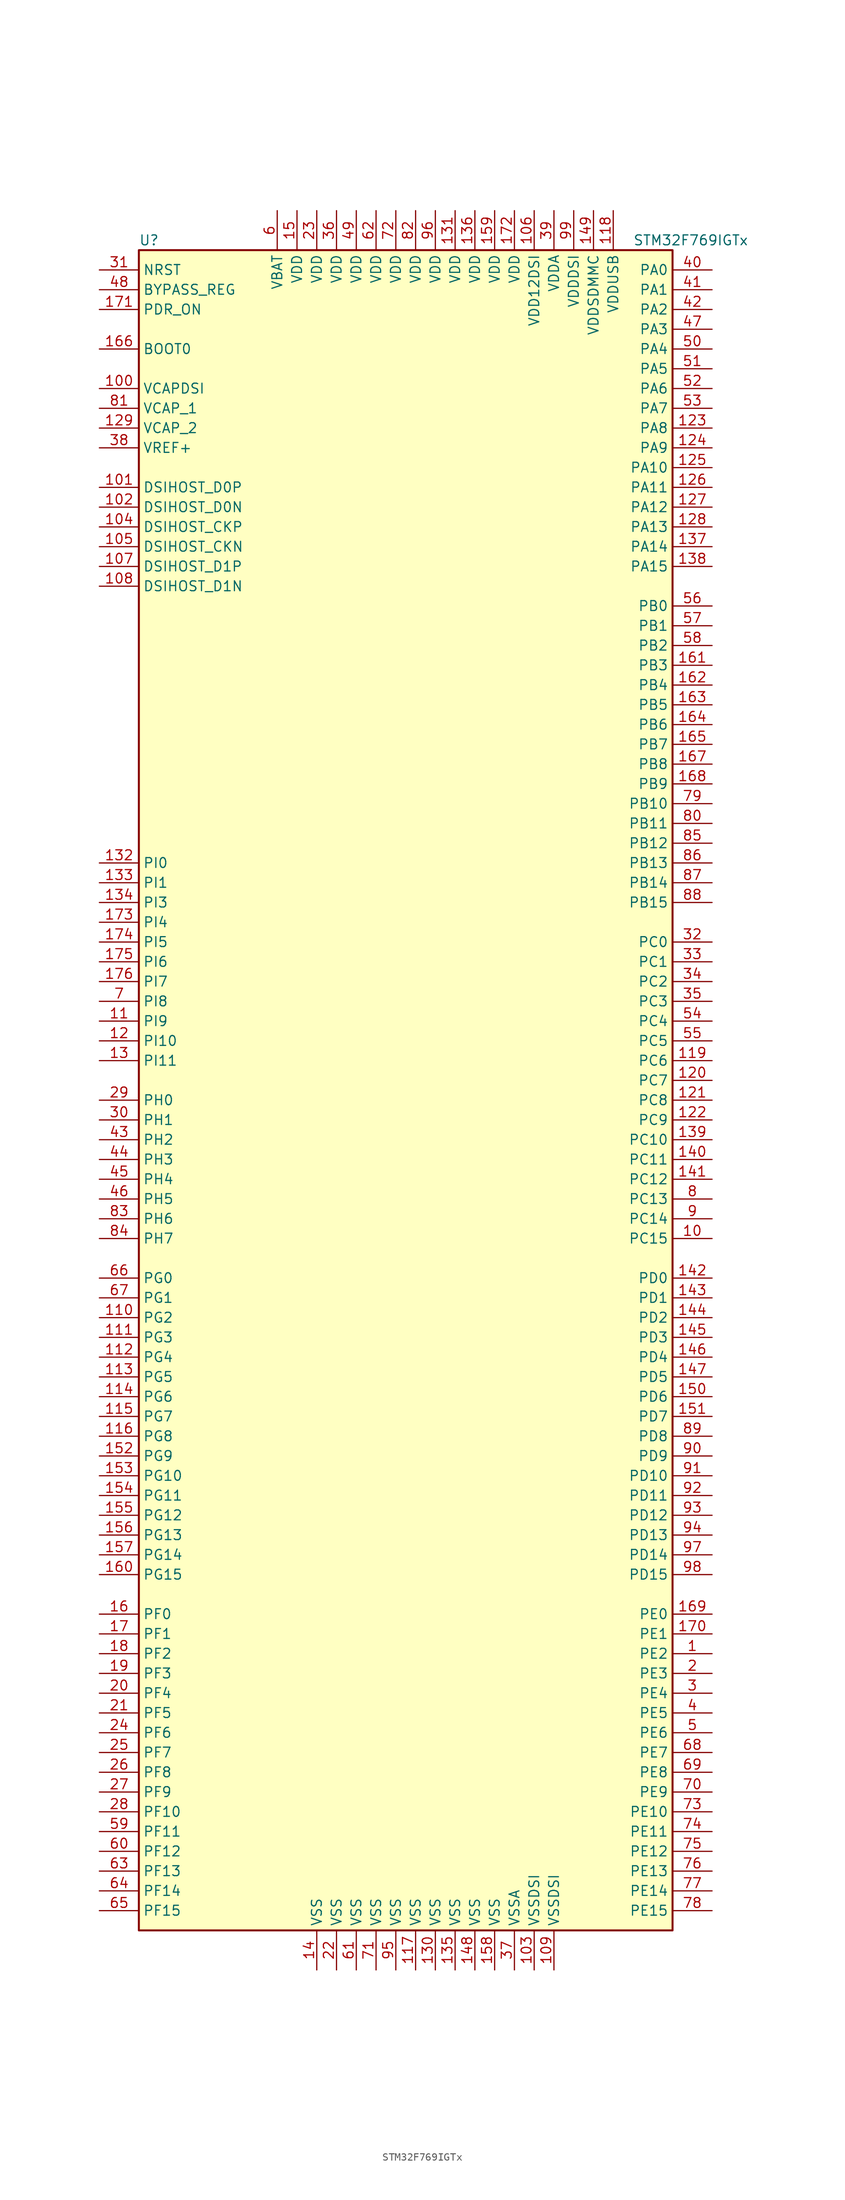
<source format=kicad_sym>
(kicad_symbol_lib
  (version 20201005)
  (generator kicad_symbol_editor)
  (symbol "STM32F769IGTx"
    (property "Reference" "U"
      (at -35.56 107.95 0)
      (effects (font (size 1.27 1.27)) (justify left)))
    (property "Value" "STM32F769IGTx"
      (at 27.94 107.95 0)
      (effects (font (size 1.27 1.27)) (justify left)))
    (symbol "STM32F769IGTx_0_1"
      (rectangle (start -35.56 -109.22) (end 33.02 106.68) (stroke (width 0.254)) (fill (type background))))
    (symbol "STM32F769IGTx_1_1"
      (pin bidirectional line (at 38.1 -73.66 180) (length 5.08) (name "PE2" (effects (font (size 1.27 1.27)))) (number "1" (effects (font (size 1.27 1.27)))))
      (pin bidirectional line (at 38.1 -20.32 180) (length 5.08) (name "PC15" (effects (font (size 1.27 1.27)))) (number "10" (effects (font (size 1.27 1.27)))))
      (pin power_in line (at -40.64 88.9 0) (length 5.08) (name "VCAPDSI" (effects (font (size 1.27 1.27)))) (number "100" (effects (font (size 1.27 1.27)))))
      (pin bidirectional line (at -40.64 76.2 0) (length 5.08) (name "DSIHOST_D0P" (effects (font (size 1.27 1.27)))) (number "101" (effects (font (size 1.27 1.27)))))
      (pin bidirectional line (at -40.64 73.66 0) (length 5.08) (name "DSIHOST_D0N" (effects (font (size 1.27 1.27)))) (number "102" (effects (font (size 1.27 1.27)))))
      (pin power_in line (at 15.24 -114.3 90) (length 5.08) (name "VSSDSI" (effects (font (size 1.27 1.27)))) (number "103" (effects (font (size 1.27 1.27)))))
      (pin bidirectional line (at -40.64 71.12 0) (length 5.08) (name "DSIHOST_CKP" (effects (font (size 1.27 1.27)))) (number "104" (effects (font (size 1.27 1.27)))))
      (pin bidirectional line (at -40.64 68.58 0) (length 5.08) (name "DSIHOST_CKN" (effects (font (size 1.27 1.27)))) (number "105" (effects (font (size 1.27 1.27)))))
      (pin power_in line (at 15.24 111.76 270) (length 5.08) (name "VDD12DSI" (effects (font (size 1.27 1.27)))) (number "106" (effects (font (size 1.27 1.27)))))
      (pin bidirectional line (at -40.64 66.04 0) (length 5.08) (name "DSIHOST_D1P" (effects (font (size 1.27 1.27)))) (number "107" (effects (font (size 1.27 1.27)))))
      (pin bidirectional line (at -40.64 63.5 0) (length 5.08) (name "DSIHOST_D1N" (effects (font (size 1.27 1.27)))) (number "108" (effects (font (size 1.27 1.27)))))
      (pin power_in line (at 17.78 -114.3 90) (length 5.08) (name "VSSDSI" (effects (font (size 1.27 1.27)))) (number "109" (effects (font (size 1.27 1.27)))))
      (pin bidirectional line (at -40.64 7.62 0) (length 5.08) (name "PI9" (effects (font (size 1.27 1.27)))) (number "11" (effects (font (size 1.27 1.27)))))
      (pin bidirectional line (at -40.64 -30.48 0) (length 5.08) (name "PG2" (effects (font (size 1.27 1.27)))) (number "110" (effects (font (size 1.27 1.27)))))
      (pin bidirectional line (at -40.64 -33.02 0) (length 5.08) (name "PG3" (effects (font (size 1.27 1.27)))) (number "111" (effects (font (size 1.27 1.27)))))
      (pin bidirectional line (at -40.64 -35.56 0) (length 5.08) (name "PG4" (effects (font (size 1.27 1.27)))) (number "112" (effects (font (size 1.27 1.27)))))
      (pin bidirectional line (at -40.64 -38.1 0) (length 5.08) (name "PG5" (effects (font (size 1.27 1.27)))) (number "113" (effects (font (size 1.27 1.27)))))
      (pin bidirectional line (at -40.64 -40.64 0) (length 5.08) (name "PG6" (effects (font (size 1.27 1.27)))) (number "114" (effects (font (size 1.27 1.27)))))
      (pin bidirectional line (at -40.64 -43.18 0) (length 5.08) (name "PG7" (effects (font (size 1.27 1.27)))) (number "115" (effects (font (size 1.27 1.27)))))
      (pin bidirectional line (at -40.64 -45.72 0) (length 5.08) (name "PG8" (effects (font (size 1.27 1.27)))) (number "116" (effects (font (size 1.27 1.27)))))
      (pin power_in line (at 0 -114.3 90) (length 5.08) (name "VSS" (effects (font (size 1.27 1.27)))) (number "117" (effects (font (size 1.27 1.27)))))
      (pin power_in line (at 25.4 111.76 270) (length 5.08) (name "VDDUSB" (effects (font (size 1.27 1.27)))) (number "118" (effects (font (size 1.27 1.27)))))
      (pin bidirectional line (at 38.1 2.54 180) (length 5.08) (name "PC6" (effects (font (size 1.27 1.27)))) (number "119" (effects (font (size 1.27 1.27)))))
      (pin bidirectional line (at -40.64 5.08 0) (length 5.08) (name "PI10" (effects (font (size 1.27 1.27)))) (number "12" (effects (font (size 1.27 1.27)))))
      (pin bidirectional line (at 38.1 0 180) (length 5.08) (name "PC7" (effects (font (size 1.27 1.27)))) (number "120" (effects (font (size 1.27 1.27)))))
      (pin bidirectional line (at 38.1 -2.54 180) (length 5.08) (name "PC8" (effects (font (size 1.27 1.27)))) (number "121" (effects (font (size 1.27 1.27)))))
      (pin bidirectional line (at 38.1 -5.08 180) (length 5.08) (name "PC9" (effects (font (size 1.27 1.27)))) (number "122" (effects (font (size 1.27 1.27)))))
      (pin bidirectional line (at 38.1 83.82 180) (length 5.08) (name "PA8" (effects (font (size 1.27 1.27)))) (number "123" (effects (font (size 1.27 1.27)))))
      (pin bidirectional line (at 38.1 81.28 180) (length 5.08) (name "PA9" (effects (font (size 1.27 1.27)))) (number "124" (effects (font (size 1.27 1.27)))))
      (pin bidirectional line (at 38.1 78.74 180) (length 5.08) (name "PA10" (effects (font (size 1.27 1.27)))) (number "125" (effects (font (size 1.27 1.27)))))
      (pin bidirectional line (at 38.1 76.2 180) (length 5.08) (name "PA11" (effects (font (size 1.27 1.27)))) (number "126" (effects (font (size 1.27 1.27)))))
      (pin bidirectional line (at 38.1 73.66 180) (length 5.08) (name "PA12" (effects (font (size 1.27 1.27)))) (number "127" (effects (font (size 1.27 1.27)))))
      (pin bidirectional line (at 38.1 71.12 180) (length 5.08) (name "PA13" (effects (font (size 1.27 1.27)))) (number "128" (effects (font (size 1.27 1.27)))))
      (pin power_in line (at -40.64 83.82 0) (length 5.08) (name "VCAP_2" (effects (font (size 1.27 1.27)))) (number "129" (effects (font (size 1.27 1.27)))))
      (pin bidirectional line (at -40.64 2.54 0) (length 5.08) (name "PI11" (effects (font (size 1.27 1.27)))) (number "13" (effects (font (size 1.27 1.27)))))
      (pin power_in line (at 2.54 -114.3 90) (length 5.08) (name "VSS" (effects (font (size 1.27 1.27)))) (number "130" (effects (font (size 1.27 1.27)))))
      (pin power_in line (at 5.08 111.76 270) (length 5.08) (name "VDD" (effects (font (size 1.27 1.27)))) (number "131" (effects (font (size 1.27 1.27)))))
      (pin bidirectional line (at -40.64 27.94 0) (length 5.08) (name "PI0" (effects (font (size 1.27 1.27)))) (number "132" (effects (font (size 1.27 1.27)))))
      (pin bidirectional line (at -40.64 25.4 0) (length 5.08) (name "PI1" (effects (font (size 1.27 1.27)))) (number "133" (effects (font (size 1.27 1.27)))))
      (pin bidirectional line (at -40.64 22.86 0) (length 5.08) (name "PI3" (effects (font (size 1.27 1.27)))) (number "134" (effects (font (size 1.27 1.27)))))
      (pin power_in line (at 5.08 -114.3 90) (length 5.08) (name "VSS" (effects (font (size 1.27 1.27)))) (number "135" (effects (font (size 1.27 1.27)))))
      (pin power_in line (at 7.62 111.76 270) (length 5.08) (name "VDD" (effects (font (size 1.27 1.27)))) (number "136" (effects (font (size 1.27 1.27)))))
      (pin bidirectional line (at 38.1 68.58 180) (length 5.08) (name "PA14" (effects (font (size 1.27 1.27)))) (number "137" (effects (font (size 1.27 1.27)))))
      (pin bidirectional line (at 38.1 66.04 180) (length 5.08) (name "PA15" (effects (font (size 1.27 1.27)))) (number "138" (effects (font (size 1.27 1.27)))))
      (pin bidirectional line (at 38.1 -7.62 180) (length 5.08) (name "PC10" (effects (font (size 1.27 1.27)))) (number "139" (effects (font (size 1.27 1.27)))))
      (pin power_in line (at -12.7 -114.3 90) (length 5.08) (name "VSS" (effects (font (size 1.27 1.27)))) (number "14" (effects (font (size 1.27 1.27)))))
      (pin bidirectional line (at 38.1 -10.16 180) (length 5.08) (name "PC11" (effects (font (size 1.27 1.27)))) (number "140" (effects (font (size 1.27 1.27)))))
      (pin bidirectional line (at 38.1 -12.7 180) (length 5.08) (name "PC12" (effects (font (size 1.27 1.27)))) (number "141" (effects (font (size 1.27 1.27)))))
      (pin bidirectional line (at 38.1 -25.4 180) (length 5.08) (name "PD0" (effects (font (size 1.27 1.27)))) (number "142" (effects (font (size 1.27 1.27)))))
      (pin bidirectional line (at 38.1 -27.94 180) (length 5.08) (name "PD1" (effects (font (size 1.27 1.27)))) (number "143" (effects (font (size 1.27 1.27)))))
      (pin bidirectional line (at 38.1 -30.48 180) (length 5.08) (name "PD2" (effects (font (size 1.27 1.27)))) (number "144" (effects (font (size 1.27 1.27)))))
      (pin bidirectional line (at 38.1 -33.02 180) (length 5.08) (name "PD3" (effects (font (size 1.27 1.27)))) (number "145" (effects (font (size 1.27 1.27)))))
      (pin bidirectional line (at 38.1 -35.56 180) (length 5.08) (name "PD4" (effects (font (size 1.27 1.27)))) (number "146" (effects (font (size 1.27 1.27)))))
      (pin bidirectional line (at 38.1 -38.1 180) (length 5.08) (name "PD5" (effects (font (size 1.27 1.27)))) (number "147" (effects (font (size 1.27 1.27)))))
      (pin power_in line (at 7.62 -114.3 90) (length 5.08) (name "VSS" (effects (font (size 1.27 1.27)))) (number "148" (effects (font (size 1.27 1.27)))))
      (pin power_in line (at 22.86 111.76 270) (length 5.08) (name "VDDSDMMC" (effects (font (size 1.27 1.27)))) (number "149" (effects (font (size 1.27 1.27)))))
      (pin power_in line (at -15.24 111.76 270) (length 5.08) (name "VDD" (effects (font (size 1.27 1.27)))) (number "15" (effects (font (size 1.27 1.27)))))
      (pin bidirectional line (at 38.1 -40.64 180) (length 5.08) (name "PD6" (effects (font (size 1.27 1.27)))) (number "150" (effects (font (size 1.27 1.27)))))
      (pin bidirectional line (at 38.1 -43.18 180) (length 5.08) (name "PD7" (effects (font (size 1.27 1.27)))) (number "151" (effects (font (size 1.27 1.27)))))
      (pin bidirectional line (at -40.64 -48.26 0) (length 5.08) (name "PG9" (effects (font (size 1.27 1.27)))) (number "152" (effects (font (size 1.27 1.27)))))
      (pin bidirectional line (at -40.64 -50.8 0) (length 5.08) (name "PG10" (effects (font (size 1.27 1.27)))) (number "153" (effects (font (size 1.27 1.27)))))
      (pin bidirectional line (at -40.64 -53.34 0) (length 5.08) (name "PG11" (effects (font (size 1.27 1.27)))) (number "154" (effects (font (size 1.27 1.27)))))
      (pin bidirectional line (at -40.64 -55.88 0) (length 5.08) (name "PG12" (effects (font (size 1.27 1.27)))) (number "155" (effects (font (size 1.27 1.27)))))
      (pin bidirectional line (at -40.64 -58.42 0) (length 5.08) (name "PG13" (effects (font (size 1.27 1.27)))) (number "156" (effects (font (size 1.27 1.27)))))
      (pin bidirectional line (at -40.64 -60.96 0) (length 5.08) (name "PG14" (effects (font (size 1.27 1.27)))) (number "157" (effects (font (size 1.27 1.27)))))
      (pin power_in line (at 10.16 -114.3 90) (length 5.08) (name "VSS" (effects (font (size 1.27 1.27)))) (number "158" (effects (font (size 1.27 1.27)))))
      (pin power_in line (at 10.16 111.76 270) (length 5.08) (name "VDD" (effects (font (size 1.27 1.27)))) (number "159" (effects (font (size 1.27 1.27)))))
      (pin bidirectional line (at -40.64 -68.58 0) (length 5.08) (name "PF0" (effects (font (size 1.27 1.27)))) (number "16" (effects (font (size 1.27 1.27)))))
      (pin bidirectional line (at -40.64 -63.5 0) (length 5.08) (name "PG15" (effects (font (size 1.27 1.27)))) (number "160" (effects (font (size 1.27 1.27)))))
      (pin bidirectional line (at 38.1 53.34 180) (length 5.08) (name "PB3" (effects (font (size 1.27 1.27)))) (number "161" (effects (font (size 1.27 1.27)))))
      (pin bidirectional line (at 38.1 50.8 180) (length 5.08) (name "PB4" (effects (font (size 1.27 1.27)))) (number "162" (effects (font (size 1.27 1.27)))))
      (pin bidirectional line (at 38.1 48.26 180) (length 5.08) (name "PB5" (effects (font (size 1.27 1.27)))) (number "163" (effects (font (size 1.27 1.27)))))
      (pin bidirectional line (at 38.1 45.72 180) (length 5.08) (name "PB6" (effects (font (size 1.27 1.27)))) (number "164" (effects (font (size 1.27 1.27)))))
      (pin bidirectional line (at 38.1 43.18 180) (length 5.08) (name "PB7" (effects (font (size 1.27 1.27)))) (number "165" (effects (font (size 1.27 1.27)))))
      (pin input line (at -40.64 93.98 0) (length 5.08) (name "BOOT0" (effects (font (size 1.27 1.27)))) (number "166" (effects (font (size 1.27 1.27)))))
      (pin bidirectional line (at 38.1 40.64 180) (length 5.08) (name "PB8" (effects (font (size 1.27 1.27)))) (number "167" (effects (font (size 1.27 1.27)))))
      (pin bidirectional line (at 38.1 38.1 180) (length 5.08) (name "PB9" (effects (font (size 1.27 1.27)))) (number "168" (effects (font (size 1.27 1.27)))))
      (pin bidirectional line (at 38.1 -68.58 180) (length 5.08) (name "PE0" (effects (font (size 1.27 1.27)))) (number "169" (effects (font (size 1.27 1.27)))))
      (pin bidirectional line (at -40.64 -71.12 0) (length 5.08) (name "PF1" (effects (font (size 1.27 1.27)))) (number "17" (effects (font (size 1.27 1.27)))))
      (pin bidirectional line (at 38.1 -71.12 180) (length 5.08) (name "PE1" (effects (font (size 1.27 1.27)))) (number "170" (effects (font (size 1.27 1.27)))))
      (pin input line (at -40.64 99.06 0) (length 5.08) (name "PDR_ON" (effects (font (size 1.27 1.27)))) (number "171" (effects (font (size 1.27 1.27)))))
      (pin power_in line (at 12.7 111.76 270) (length 5.08) (name "VDD" (effects (font (size 1.27 1.27)))) (number "172" (effects (font (size 1.27 1.27)))))
      (pin bidirectional line (at -40.64 20.32 0) (length 5.08) (name "PI4" (effects (font (size 1.27 1.27)))) (number "173" (effects (font (size 1.27 1.27)))))
      (pin bidirectional line (at -40.64 17.78 0) (length 5.08) (name "PI5" (effects (font (size 1.27 1.27)))) (number "174" (effects (font (size 1.27 1.27)))))
      (pin bidirectional line (at -40.64 15.24 0) (length 5.08) (name "PI6" (effects (font (size 1.27 1.27)))) (number "175" (effects (font (size 1.27 1.27)))))
      (pin bidirectional line (at -40.64 12.7 0) (length 5.08) (name "PI7" (effects (font (size 1.27 1.27)))) (number "176" (effects (font (size 1.27 1.27)))))
      (pin bidirectional line (at -40.64 -73.66 0) (length 5.08) (name "PF2" (effects (font (size 1.27 1.27)))) (number "18" (effects (font (size 1.27 1.27)))))
      (pin bidirectional line (at -40.64 -76.2 0) (length 5.08) (name "PF3" (effects (font (size 1.27 1.27)))) (number "19" (effects (font (size 1.27 1.27)))))
      (pin bidirectional line (at 38.1 -76.2 180) (length 5.08) (name "PE3" (effects (font (size 1.27 1.27)))) (number "2" (effects (font (size 1.27 1.27)))))
      (pin bidirectional line (at -40.64 -78.74 0) (length 5.08) (name "PF4" (effects (font (size 1.27 1.27)))) (number "20" (effects (font (size 1.27 1.27)))))
      (pin bidirectional line (at -40.64 -81.28 0) (length 5.08) (name "PF5" (effects (font (size 1.27 1.27)))) (number "21" (effects (font (size 1.27 1.27)))))
      (pin power_in line (at -10.16 -114.3 90) (length 5.08) (name "VSS" (effects (font (size 1.27 1.27)))) (number "22" (effects (font (size 1.27 1.27)))))
      (pin power_in line (at -12.7 111.76 270) (length 5.08) (name "VDD" (effects (font (size 1.27 1.27)))) (number "23" (effects (font (size 1.27 1.27)))))
      (pin bidirectional line (at -40.64 -83.82 0) (length 5.08) (name "PF6" (effects (font (size 1.27 1.27)))) (number "24" (effects (font (size 1.27 1.27)))))
      (pin bidirectional line (at -40.64 -86.36 0) (length 5.08) (name "PF7" (effects (font (size 1.27 1.27)))) (number "25" (effects (font (size 1.27 1.27)))))
      (pin bidirectional line (at -40.64 -88.9 0) (length 5.08) (name "PF8" (effects (font (size 1.27 1.27)))) (number "26" (effects (font (size 1.27 1.27)))))
      (pin bidirectional line (at -40.64 -91.44 0) (length 5.08) (name "PF9" (effects (font (size 1.27 1.27)))) (number "27" (effects (font (size 1.27 1.27)))))
      (pin bidirectional line (at -40.64 -93.98 0) (length 5.08) (name "PF10" (effects (font (size 1.27 1.27)))) (number "28" (effects (font (size 1.27 1.27)))))
      (pin input line (at -40.64 -2.54 0) (length 5.08) (name "PH0" (effects (font (size 1.27 1.27)))) (number "29" (effects (font (size 1.27 1.27)))))
      (pin bidirectional line (at 38.1 -78.74 180) (length 5.08) (name "PE4" (effects (font (size 1.27 1.27)))) (number "3" (effects (font (size 1.27 1.27)))))
      (pin input line (at -40.64 -5.08 0) (length 5.08) (name "PH1" (effects (font (size 1.27 1.27)))) (number "30" (effects (font (size 1.27 1.27)))))
      (pin input line (at -40.64 104.14 0) (length 5.08) (name "NRST" (effects (font (size 1.27 1.27)))) (number "31" (effects (font (size 1.27 1.27)))))
      (pin bidirectional line (at 38.1 17.78 180) (length 5.08) (name "PC0" (effects (font (size 1.27 1.27)))) (number "32" (effects (font (size 1.27 1.27)))))
      (pin bidirectional line (at 38.1 15.24 180) (length 5.08) (name "PC1" (effects (font (size 1.27 1.27)))) (number "33" (effects (font (size 1.27 1.27)))))
      (pin bidirectional line (at 38.1 12.7 180) (length 5.08) (name "PC2" (effects (font (size 1.27 1.27)))) (number "34" (effects (font (size 1.27 1.27)))))
      (pin bidirectional line (at 38.1 10.16 180) (length 5.08) (name "PC3" (effects (font (size 1.27 1.27)))) (number "35" (effects (font (size 1.27 1.27)))))
      (pin power_in line (at -10.16 111.76 270) (length 5.08) (name "VDD" (effects (font (size 1.27 1.27)))) (number "36" (effects (font (size 1.27 1.27)))))
      (pin power_in line (at 12.7 -114.3 90) (length 5.08) (name "VSSA" (effects (font (size 1.27 1.27)))) (number "37" (effects (font (size 1.27 1.27)))))
      (pin power_in line (at -40.64 81.28 0) (length 5.08) (name "VREF+" (effects (font (size 1.27 1.27)))) (number "38" (effects (font (size 1.27 1.27)))))
      (pin power_in line (at 17.78 111.76 270) (length 5.08) (name "VDDA" (effects (font (size 1.27 1.27)))) (number "39" (effects (font (size 1.27 1.27)))))
      (pin bidirectional line (at 38.1 -81.28 180) (length 5.08) (name "PE5" (effects (font (size 1.27 1.27)))) (number "4" (effects (font (size 1.27 1.27)))))
      (pin bidirectional line (at 38.1 104.14 180) (length 5.08) (name "PA0" (effects (font (size 1.27 1.27)))) (number "40" (effects (font (size 1.27 1.27)))))
      (pin bidirectional line (at 38.1 101.6 180) (length 5.08) (name "PA1" (effects (font (size 1.27 1.27)))) (number "41" (effects (font (size 1.27 1.27)))))
      (pin bidirectional line (at 38.1 99.06 180) (length 5.08) (name "PA2" (effects (font (size 1.27 1.27)))) (number "42" (effects (font (size 1.27 1.27)))))
      (pin bidirectional line (at -40.64 -7.62 0) (length 5.08) (name "PH2" (effects (font (size 1.27 1.27)))) (number "43" (effects (font (size 1.27 1.27)))))
      (pin bidirectional line (at -40.64 -10.16 0) (length 5.08) (name "PH3" (effects (font (size 1.27 1.27)))) (number "44" (effects (font (size 1.27 1.27)))))
      (pin bidirectional line (at -40.64 -12.7 0) (length 5.08) (name "PH4" (effects (font (size 1.27 1.27)))) (number "45" (effects (font (size 1.27 1.27)))))
      (pin bidirectional line (at -40.64 -15.24 0) (length 5.08) (name "PH5" (effects (font (size 1.27 1.27)))) (number "46" (effects (font (size 1.27 1.27)))))
      (pin bidirectional line (at 38.1 96.52 180) (length 5.08) (name "PA3" (effects (font (size 1.27 1.27)))) (number "47" (effects (font (size 1.27 1.27)))))
      (pin input line (at -40.64 101.6 0) (length 5.08) (name "BYPASS_REG" (effects (font (size 1.27 1.27)))) (number "48" (effects (font (size 1.27 1.27)))))
      (pin power_in line (at -7.62 111.76 270) (length 5.08) (name "VDD" (effects (font (size 1.27 1.27)))) (number "49" (effects (font (size 1.27 1.27)))))
      (pin bidirectional line (at 38.1 -83.82 180) (length 5.08) (name "PE6" (effects (font (size 1.27 1.27)))) (number "5" (effects (font (size 1.27 1.27)))))
      (pin bidirectional line (at 38.1 93.98 180) (length 5.08) (name "PA4" (effects (font (size 1.27 1.27)))) (number "50" (effects (font (size 1.27 1.27)))))
      (pin bidirectional line (at 38.1 91.44 180) (length 5.08) (name "PA5" (effects (font (size 1.27 1.27)))) (number "51" (effects (font (size 1.27 1.27)))))
      (pin bidirectional line (at 38.1 88.9 180) (length 5.08) (name "PA6" (effects (font (size 1.27 1.27)))) (number "52" (effects (font (size 1.27 1.27)))))
      (pin bidirectional line (at 38.1 86.36 180) (length 5.08) (name "PA7" (effects (font (size 1.27 1.27)))) (number "53" (effects (font (size 1.27 1.27)))))
      (pin bidirectional line (at 38.1 7.62 180) (length 5.08) (name "PC4" (effects (font (size 1.27 1.27)))) (number "54" (effects (font (size 1.27 1.27)))))
      (pin bidirectional line (at 38.1 5.08 180) (length 5.08) (name "PC5" (effects (font (size 1.27 1.27)))) (number "55" (effects (font (size 1.27 1.27)))))
      (pin bidirectional line (at 38.1 60.96 180) (length 5.08) (name "PB0" (effects (font (size 1.27 1.27)))) (number "56" (effects (font (size 1.27 1.27)))))
      (pin bidirectional line (at 38.1 58.42 180) (length 5.08) (name "PB1" (effects (font (size 1.27 1.27)))) (number "57" (effects (font (size 1.27 1.27)))))
      (pin bidirectional line (at 38.1 55.88 180) (length 5.08) (name "PB2" (effects (font (size 1.27 1.27)))) (number "58" (effects (font (size 1.27 1.27)))))
      (pin bidirectional line (at -40.64 -96.52 0) (length 5.08) (name "PF11" (effects (font (size 1.27 1.27)))) (number "59" (effects (font (size 1.27 1.27)))))
      (pin power_in line (at -17.78 111.76 270) (length 5.08) (name "VBAT" (effects (font (size 1.27 1.27)))) (number "6" (effects (font (size 1.27 1.27)))))
      (pin bidirectional line (at -40.64 -99.06 0) (length 5.08) (name "PF12" (effects (font (size 1.27 1.27)))) (number "60" (effects (font (size 1.27 1.27)))))
      (pin power_in line (at -7.62 -114.3 90) (length 5.08) (name "VSS" (effects (font (size 1.27 1.27)))) (number "61" (effects (font (size 1.27 1.27)))))
      (pin power_in line (at -5.08 111.76 270) (length 5.08) (name "VDD" (effects (font (size 1.27 1.27)))) (number "62" (effects (font (size 1.27 1.27)))))
      (pin bidirectional line (at -40.64 -101.6 0) (length 5.08) (name "PF13" (effects (font (size 1.27 1.27)))) (number "63" (effects (font (size 1.27 1.27)))))
      (pin bidirectional line (at -40.64 -104.14 0) (length 5.08) (name "PF14" (effects (font (size 1.27 1.27)))) (number "64" (effects (font (size 1.27 1.27)))))
      (pin bidirectional line (at -40.64 -106.68 0) (length 5.08) (name "PF15" (effects (font (size 1.27 1.27)))) (number "65" (effects (font (size 1.27 1.27)))))
      (pin bidirectional line (at -40.64 -25.4 0) (length 5.08) (name "PG0" (effects (font (size 1.27 1.27)))) (number "66" (effects (font (size 1.27 1.27)))))
      (pin bidirectional line (at -40.64 -27.94 0) (length 5.08) (name "PG1" (effects (font (size 1.27 1.27)))) (number "67" (effects (font (size 1.27 1.27)))))
      (pin bidirectional line (at 38.1 -86.36 180) (length 5.08) (name "PE7" (effects (font (size 1.27 1.27)))) (number "68" (effects (font (size 1.27 1.27)))))
      (pin bidirectional line (at 38.1 -88.9 180) (length 5.08) (name "PE8" (effects (font (size 1.27 1.27)))) (number "69" (effects (font (size 1.27 1.27)))))
      (pin bidirectional line (at -40.64 10.16 0) (length 5.08) (name "PI8" (effects (font (size 1.27 1.27)))) (number "7" (effects (font (size 1.27 1.27)))))
      (pin bidirectional line (at 38.1 -91.44 180) (length 5.08) (name "PE9" (effects (font (size 1.27 1.27)))) (number "70" (effects (font (size 1.27 1.27)))))
      (pin power_in line (at -5.08 -114.3 90) (length 5.08) (name "VSS" (effects (font (size 1.27 1.27)))) (number "71" (effects (font (size 1.27 1.27)))))
      (pin power_in line (at -2.54 111.76 270) (length 5.08) (name "VDD" (effects (font (size 1.27 1.27)))) (number "72" (effects (font (size 1.27 1.27)))))
      (pin bidirectional line (at 38.1 -93.98 180) (length 5.08) (name "PE10" (effects (font (size 1.27 1.27)))) (number "73" (effects (font (size 1.27 1.27)))))
      (pin bidirectional line (at 38.1 -96.52 180) (length 5.08) (name "PE11" (effects (font (size 1.27 1.27)))) (number "74" (effects (font (size 1.27 1.27)))))
      (pin bidirectional line (at 38.1 -99.06 180) (length 5.08) (name "PE12" (effects (font (size 1.27 1.27)))) (number "75" (effects (font (size 1.27 1.27)))))
      (pin bidirectional line (at 38.1 -101.6 180) (length 5.08) (name "PE13" (effects (font (size 1.27 1.27)))) (number "76" (effects (font (size 1.27 1.27)))))
      (pin bidirectional line (at 38.1 -104.14 180) (length 5.08) (name "PE14" (effects (font (size 1.27 1.27)))) (number "77" (effects (font (size 1.27 1.27)))))
      (pin bidirectional line (at 38.1 -106.68 180) (length 5.08) (name "PE15" (effects (font (size 1.27 1.27)))) (number "78" (effects (font (size 1.27 1.27)))))
      (pin bidirectional line (at 38.1 35.56 180) (length 5.08) (name "PB10" (effects (font (size 1.27 1.27)))) (number "79" (effects (font (size 1.27 1.27)))))
      (pin bidirectional line (at 38.1 -15.24 180) (length 5.08) (name "PC13" (effects (font (size 1.27 1.27)))) (number "8" (effects (font (size 1.27 1.27)))))
      (pin bidirectional line (at 38.1 33.02 180) (length 5.08) (name "PB11" (effects (font (size 1.27 1.27)))) (number "80" (effects (font (size 1.27 1.27)))))
      (pin power_in line (at -40.64 86.36 0) (length 5.08) (name "VCAP_1" (effects (font (size 1.27 1.27)))) (number "81" (effects (font (size 1.27 1.27)))))
      (pin power_in line (at 0 111.76 270) (length 5.08) (name "VDD" (effects (font (size 1.27 1.27)))) (number "82" (effects (font (size 1.27 1.27)))))
      (pin bidirectional line (at -40.64 -17.78 0) (length 5.08) (name "PH6" (effects (font (size 1.27 1.27)))) (number "83" (effects (font (size 1.27 1.27)))))
      (pin bidirectional line (at -40.64 -20.32 0) (length 5.08) (name "PH7" (effects (font (size 1.27 1.27)))) (number "84" (effects (font (size 1.27 1.27)))))
      (pin bidirectional line (at 38.1 30.48 180) (length 5.08) (name "PB12" (effects (font (size 1.27 1.27)))) (number "85" (effects (font (size 1.27 1.27)))))
      (pin bidirectional line (at 38.1 27.94 180) (length 5.08) (name "PB13" (effects (font (size 1.27 1.27)))) (number "86" (effects (font (size 1.27 1.27)))))
      (pin bidirectional line (at 38.1 25.4 180) (length 5.08) (name "PB14" (effects (font (size 1.27 1.27)))) (number "87" (effects (font (size 1.27 1.27)))))
      (pin bidirectional line (at 38.1 22.86 180) (length 5.08) (name "PB15" (effects (font (size 1.27 1.27)))) (number "88" (effects (font (size 1.27 1.27)))))
      (pin bidirectional line (at 38.1 -45.72 180) (length 5.08) (name "PD8" (effects (font (size 1.27 1.27)))) (number "89" (effects (font (size 1.27 1.27)))))
      (pin bidirectional line (at 38.1 -17.78 180) (length 5.08) (name "PC14" (effects (font (size 1.27 1.27)))) (number "9" (effects (font (size 1.27 1.27)))))
      (pin bidirectional line (at 38.1 -48.26 180) (length 5.08) (name "PD9" (effects (font (size 1.27 1.27)))) (number "90" (effects (font (size 1.27 1.27)))))
      (pin bidirectional line (at 38.1 -50.8 180) (length 5.08) (name "PD10" (effects (font (size 1.27 1.27)))) (number "91" (effects (font (size 1.27 1.27)))))
      (pin bidirectional line (at 38.1 -53.34 180) (length 5.08) (name "PD11" (effects (font (size 1.27 1.27)))) (number "92" (effects (font (size 1.27 1.27)))))
      (pin bidirectional line (at 38.1 -55.88 180) (length 5.08) (name "PD12" (effects (font (size 1.27 1.27)))) (number "93" (effects (font (size 1.27 1.27)))))
      (pin bidirectional line (at 38.1 -58.42 180) (length 5.08) (name "PD13" (effects (font (size 1.27 1.27)))) (number "94" (effects (font (size 1.27 1.27)))))
      (pin power_in line (at -2.54 -114.3 90) (length 5.08) (name "VSS" (effects (font (size 1.27 1.27)))) (number "95" (effects (font (size 1.27 1.27)))))
      (pin power_in line (at 2.54 111.76 270) (length 5.08) (name "VDD" (effects (font (size 1.27 1.27)))) (number "96" (effects (font (size 1.27 1.27)))))
      (pin bidirectional line (at 38.1 -60.96 180) (length 5.08) (name "PD14" (effects (font (size 1.27 1.27)))) (number "97" (effects (font (size 1.27 1.27)))))
      (pin bidirectional line (at 38.1 -63.5 180) (length 5.08) (name "PD15" (effects (font (size 1.27 1.27)))) (number "98" (effects (font (size 1.27 1.27)))))
      (pin power_in line (at 20.32 111.76 270) (length 5.08) (name "VDDDSI" (effects (font (size 1.27 1.27)))) (number "99" (effects (font (size 1.27 1.27))))))))
</source>
